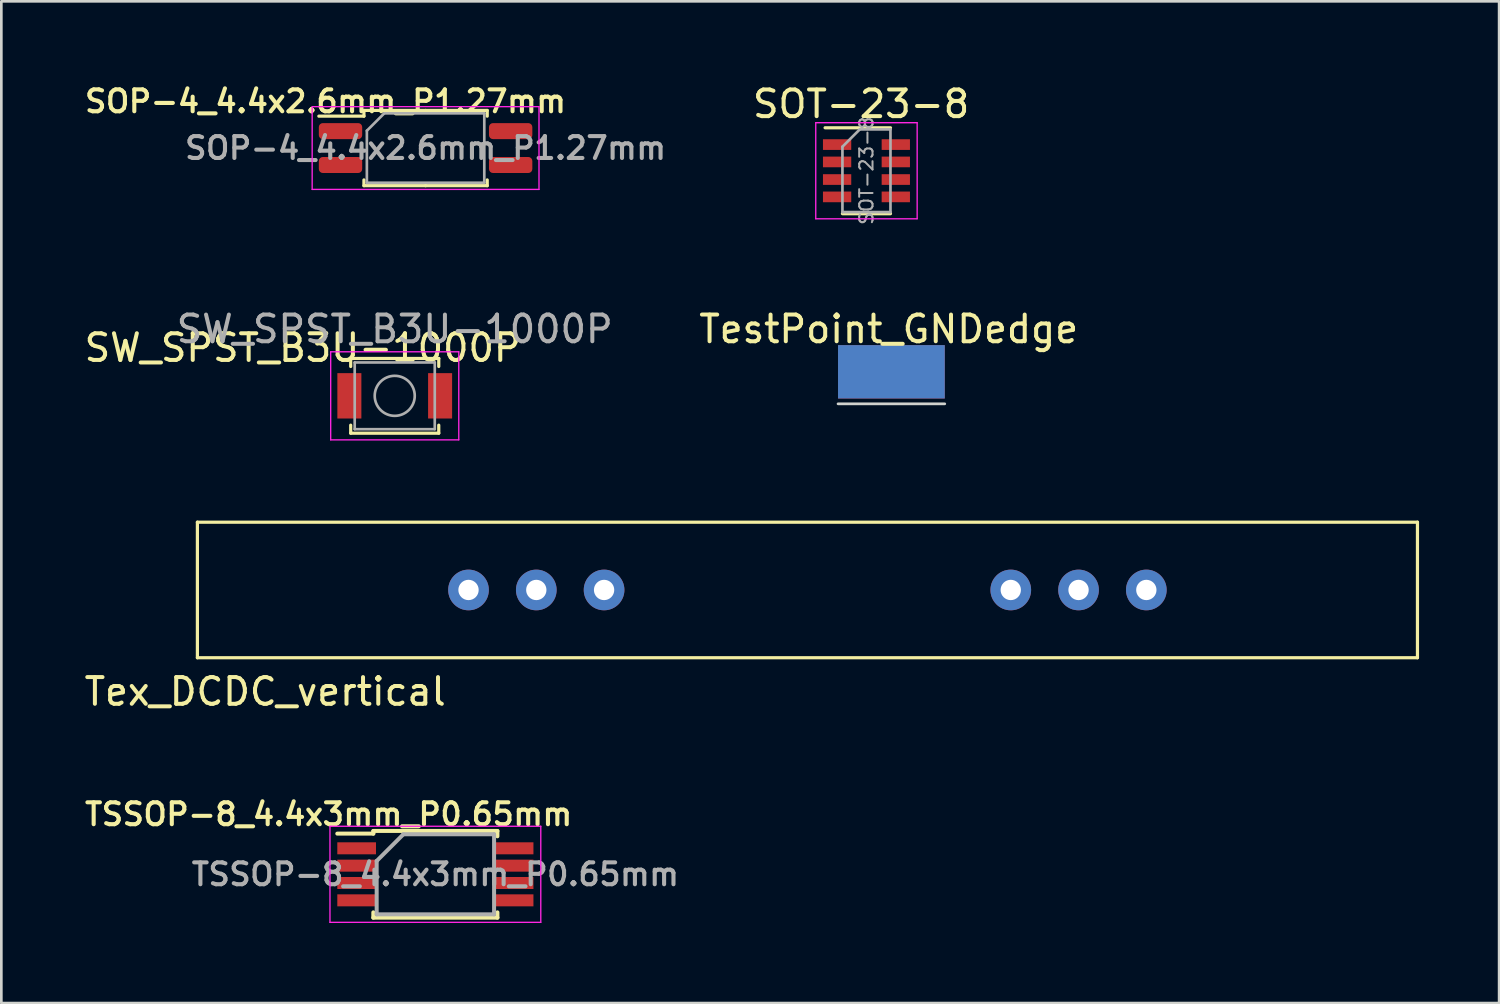
<source format=kicad_pcb>
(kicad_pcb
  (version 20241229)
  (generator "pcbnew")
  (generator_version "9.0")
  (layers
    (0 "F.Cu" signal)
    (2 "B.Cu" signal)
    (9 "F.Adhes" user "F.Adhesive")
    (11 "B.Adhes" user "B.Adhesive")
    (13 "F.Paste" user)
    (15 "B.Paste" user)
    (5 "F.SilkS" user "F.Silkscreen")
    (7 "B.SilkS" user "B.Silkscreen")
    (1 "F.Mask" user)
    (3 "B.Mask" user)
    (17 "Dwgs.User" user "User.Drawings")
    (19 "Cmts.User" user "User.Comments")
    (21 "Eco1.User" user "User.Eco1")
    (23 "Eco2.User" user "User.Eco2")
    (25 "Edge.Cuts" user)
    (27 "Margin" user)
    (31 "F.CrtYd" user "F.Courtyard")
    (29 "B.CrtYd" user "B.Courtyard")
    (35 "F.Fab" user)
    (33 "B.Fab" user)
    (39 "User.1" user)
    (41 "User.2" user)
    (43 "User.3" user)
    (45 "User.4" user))
  (footprint "SOP-4_4.4x2.6mm_P1.27mm"
    (layer "F.Cu")
    (at 12.898 2.498)
    (property "Reference" "SOP-4_4.4x2.6mm_P1.27mm" (at -3.75 -1.75 180) (layer "F.SilkS") (effects (font (size 0.82 0.82) (thickness 0.153))))
    (attr smd)
    (fp_line (start -2.31 -1.41) (end -2.31 -1.195) (stroke (width 0.12) (type solid)) (layer "F.SilkS"))
    (fp_line (start -2.31 -1.195) (end -4 -1.195) (stroke (width 0.12) (type solid)) (layer "F.SilkS"))
    (fp_line (start -2.31 1.41) (end -2.31 1.195) (stroke (width 0.12) (type solid)) (layer "F.SilkS"))
    (fp_line (start 0 -1.41) (end -2.31 -1.41) (stroke (width 0.12) (type solid)) (layer "F.SilkS"))
    (fp_line (start 0 -1.41) (end 2.31 -1.41) (stroke (width 0.12) (type solid)) (layer "F.SilkS"))
    (fp_line (start 0 1.41) (end -2.31 1.41) (stroke (width 0.12) (type solid)) (layer "F.SilkS"))
    (fp_line (start 0 1.41) (end 2.31 1.41) (stroke (width 0.12) (type solid)) (layer "F.SilkS"))
    (fp_line (start 2.31 -1.41) (end 2.31 -1.195) (stroke (width 0.12) (type solid)) (layer "F.SilkS"))
    (fp_line (start 2.31 1.41) (end 2.31 1.195) (stroke (width 0.12) (type solid)) (layer "F.SilkS"))
    (fp_line (start -4.25 -1.55) (end -4.25 1.55) (stroke (width 0.05) (type solid)) (layer "F.CrtYd"))
    (fp_line (start -4.25 1.55) (end 4.25 1.55) (stroke (width 0.05) (type solid)) (layer "F.CrtYd"))
    (fp_line (start 4.25 -1.55) (end -4.25 -1.55) (stroke (width 0.05) (type solid)) (layer "F.CrtYd"))
    (fp_line (start 4.25 1.55) (end 4.25 -1.55) (stroke (width 0.05) (type solid)) (layer "F.CrtYd"))
    (fp_line (start -2.2 -0.65) (end -1.55 -1.3) (stroke (width 0.1) (type solid)) (layer "F.Fab"))
    (fp_line (start -2.2 1.3) (end -2.2 -0.65) (stroke (width 0.1) (type solid)) (layer "F.Fab"))
    (fp_line (start -1.55 -1.3) (end 2.2 -1.3) (stroke (width 0.1) (type solid)) (layer "F.Fab"))
    (fp_line (start 2.2 -1.3) (end 2.2 1.3) (stroke (width 0.1) (type solid)) (layer "F.Fab"))
    (fp_line (start 2.2 1.3) (end -2.2 1.3) (stroke (width 0.1) (type solid)) (layer "F.Fab"))
    (fp_text user "${REFERENCE}" (at 0 0 180) (layer "F.Fab") (effects (font (size 0.82 0.82) (thickness 0.153))))
    (pad "1" smd roundrect (at -3.188 -0.635) (size 1.625 0.6) (layers "F.Cu" "F.Mask" "F.Paste") (roundrect_rratio 0.25))
    (pad "2" smd roundrect (at -3.188 0.635) (size 1.625 0.6) (layers "F.Cu" "F.Mask" "F.Paste") (roundrect_rratio 0.25))
    (pad "3" smd roundrect (at 3.188 0.635) (size 1.625 0.6) (layers "F.Cu" "F.Mask" "F.Paste") (roundrect_rratio 0.25))
    (pad "4" smd roundrect (at 3.188 -0.635) (size 1.625 0.6) (layers "F.Cu" "F.Mask" "F.Paste") (roundrect_rratio 0.25)))
  (footprint "TestPoint_GNDedge"
    (layer "F.Cu")
    (at 30.354 10.983)
    (property "Reference" "TestPoint_GNDedge" (at -0.1 -1.7 0) (layer "F.SilkS") (effects (font (size 1 1) (thickness 0.15))))
    (attr exclude_from_pos_files exclude_from_bom)
    (fp_line (start -2 1.1) (end 2 1.1) (stroke (width 0.1) (type solid)) (layer "Edge.Cuts"))
    (pad "1" connect rect (at 0 -0.1) (size 4 2) (layers "F.Cu" "F.Mask"))
    (pad "1" connect rect (at 0 -0.1) (size 4 2) (layers "B.Cu" "B.Mask")))
  (footprint "SW_SPST_B3U-1000P"
    (layer "F.Cu")
    (at 11.742 11.783)
    (property "Reference" "SW_SPST_B3U-1000P" (at -3.45 -1.8 0) (layer "F.SilkS") (effects (font (size 1 1) (thickness 0.15))))
    (attr smd)
    (fp_line (start -1.65 -1.4) (end 1.65 -1.4) (stroke (width 0.12) (type solid)) (layer "F.SilkS"))
    (fp_line (start -1.65 -1.1) (end -1.65 -1.4) (stroke (width 0.12) (type solid)) (layer "F.SilkS"))
    (fp_line (start -1.65 1.1) (end -1.65 1.4) (stroke (width 0.12) (type solid)) (layer "F.SilkS"))
    (fp_line (start -1.65 1.4) (end 1.65 1.4) (stroke (width 0.12) (type solid)) (layer "F.SilkS"))
    (fp_line (start 1.65 -1.4) (end 1.65 -1.1) (stroke (width 0.12) (type solid)) (layer "F.SilkS"))
    (fp_line (start 1.65 1.4) (end 1.65 1.1) (stroke (width 0.12) (type solid)) (layer "F.SilkS"))
    (fp_line (start -2.4 -1.65) (end -2.4 1.65) (stroke (width 0.05) (type solid)) (layer "F.CrtYd"))
    (fp_line (start -2.4 1.65) (end 2.4 1.65) (stroke (width 0.05) (type solid)) (layer "F.CrtYd"))
    (fp_line (start 2.4 -1.65) (end -2.4 -1.65) (stroke (width 0.05) (type solid)) (layer "F.CrtYd"))
    (fp_line (start 2.4 1.65) (end 2.4 -1.65) (stroke (width 0.05) (type solid)) (layer "F.CrtYd"))
    (fp_line (start -1.5 -1.25) (end 1.5 -1.25) (stroke (width 0.1) (type solid)) (layer "F.Fab"))
    (fp_line (start -1.5 1.25) (end -1.5 -1.25) (stroke (width 0.1) (type solid)) (layer "F.Fab"))
    (fp_line (start 1.5 -1.25) (end 1.5 1.25) (stroke (width 0.1) (type solid)) (layer "F.Fab"))
    (fp_line (start 1.5 1.25) (end -1.5 1.25) (stroke (width 0.1) (type solid)) (layer "F.Fab"))
    (fp_circle (center 0 0) (end 0.75 0) (stroke (width 0.1) (type solid)) (fill no) (layer "F.Fab"))
    (fp_text user "${REFERENCE}" (at 0 -2.5 0) (layer "F.Fab") (effects (font (size 1 1) (thickness 0.15))))
    (pad "1" smd rect (at -1.7 0) (size 0.9 1.7) (layers "F.Cu" "F.Mask" "F.Paste"))
    (pad "2" smd rect (at 1.7 0) (size 0.9 1.7) (layers "F.Cu" "F.Mask" "F.Paste")))
  (footprint "Tex_DCDC_vertical"
    (layer "F.Cu")
    (at 27.207 19.058)
    (property "Reference" "Tex_DCDC_vertical" (at -20.32 3.81 0) (layer "F.SilkS") (effects (font (size 1 1) (thickness 0.15))))
    (attr through_hole)
    (fp_line (start -22.86 -2.54) (end -22.86 2.54) (stroke (width 0.12) (type solid)) (layer "F.SilkS"))
    (fp_line (start -22.86 2.54) (end 22.86 2.54) (stroke (width 0.12) (type solid)) (layer "F.SilkS"))
    (fp_line (start 22.86 -2.54) (end -22.86 -2.54) (stroke (width 0.12) (type solid)) (layer "F.SilkS"))
    (fp_line (start 22.86 2.54) (end 22.86 -2.54) (stroke (width 0.12) (type solid)) (layer "F.SilkS"))
    (pad "1" thru_hole circle (at -12.7 0) (size 1.524 1.524) (drill 0.762) (layers "*.Cu" "*.Mask"))
    (pad "2" thru_hole circle (at -10.16 0) (size 1.524 1.524) (drill 0.762) (layers "*.Cu" "*.Mask"))
    (pad "3" thru_hole circle (at -7.62 0) (size 1.524 1.524) (drill 0.762) (layers "*.Cu" "*.Mask"))
    (pad "4" thru_hole circle (at 7.62 0) (size 1.524 1.524) (drill 0.762) (layers "*.Cu" "*.Mask"))
    (pad "5" thru_hole circle (at 10.16 0) (size 1.524 1.524) (drill 0.762) (layers "*.Cu" "*.Mask"))
    (pad "6" thru_hole circle (at 12.7 0) (size 1.524 1.524) (drill 0.762) (layers "*.Cu" "*.Mask")))
  (footprint "SOT-23-8"
    (layer "F.Cu")
    (at 29.419 3.348)
    (property "Reference" "SOT-23-8" (at -0.2 -2.5 0) (layer "F.SilkS") (effects (font (size 1 1) (thickness 0.15))))
    (attr smd)
    (fp_line (start -0.9 1.61) (end 0.9 1.61) (stroke (width 0.12) (type solid)) (layer "F.SilkS"))
    (fp_line (start 0.9 -1.61) (end -1.55 -1.61) (stroke (width 0.12) (type solid)) (layer "F.SilkS"))
    (fp_line (start -1.9 -1.8) (end -1.9 1.8) (stroke (width 0.05) (type solid)) (layer "F.CrtYd"))
    (fp_line (start -1.9 1.8) (end 1.9 1.8) (stroke (width 0.05) (type solid)) (layer "F.CrtYd"))
    (fp_line (start 1.9 -1.8) (end -1.9 -1.8) (stroke (width 0.05) (type solid)) (layer "F.CrtYd"))
    (fp_line (start 1.9 1.8) (end 1.9 -1.8) (stroke (width 0.05) (type solid)) (layer "F.CrtYd"))
    (fp_line (start -0.9 -0.9) (end -0.9 1.55) (stroke (width 0.1) (type solid)) (layer "F.Fab"))
    (fp_line (start -0.9 -0.9) (end -0.25 -1.55) (stroke (width 0.1) (type solid)) (layer "F.Fab"))
    (fp_line (start 0.9 -1.55) (end -0.25 -1.55) (stroke (width 0.1) (type solid)) (layer "F.Fab"))
    (fp_line (start 0.9 -1.55) (end 0.9 1.55) (stroke (width 0.1) (type solid)) (layer "F.Fab"))
    (fp_line (start 0.9 1.55) (end -0.9 1.55) (stroke (width 0.1) (type solid)) (layer "F.Fab"))
    (fp_text user "${REFERENCE}" (at 0 0 90) (layer "F.Fab") (effects (font (size 0.5 0.5) (thickness 0.075))))
    (pad "1" smd rect (at -1.1 -0.98) (size 1.06 0.4) (layers "F.Cu" "F.Mask" "F.Paste"))
    (pad "2" smd rect (at -1.1 -0.33) (size 1.06 0.4) (layers "F.Cu" "F.Mask" "F.Paste"))
    (pad "3" smd rect (at -1.1 0.33) (size 1.06 0.4) (layers "F.Cu" "F.Mask" "F.Paste"))
    (pad "4" smd rect (at -1.1 0.98) (size 1.06 0.4) (layers "F.Cu" "F.Mask" "F.Paste"))
    (pad "5" smd rect (at 1.1 0.98) (size 1.06 0.4) (layers "F.Cu" "F.Mask" "F.Paste"))
    (pad "6" smd rect (at 1.1 0.33) (size 1.06 0.4) (layers "F.Cu" "F.Mask" "F.Paste"))
    (pad "7" smd rect (at 1.1 -0.33) (size 1.06 0.4) (layers "F.Cu" "F.Mask" "F.Paste"))
    (pad "8" smd rect (at 1.1 -0.98) (size 1.06 0.4) (layers "F.Cu" "F.Mask" "F.Paste")))
  (footprint "TSSOP-8_4.4x3mm_P0.65mm"
    (layer "F.Cu")
    (at 13.265 29.714)
    (property "Reference" "TSSOP-8_4.4x3mm_P0.65mm" (at -4 -2.25 180) (layer "F.SilkS") (effects (font (size 0.82 0.82) (thickness 0.153))))
    (attr smd)
    (fp_line (start -2.325 -1.625) (end -2.325 -1.525) (stroke (width 0.15) (type solid)) (layer "F.SilkS"))
    (fp_line (start -2.325 -1.625) (end 2.325 -1.625) (stroke (width 0.15) (type solid)) (layer "F.SilkS"))
    (fp_line (start -2.325 -1.525) (end -3.675 -1.525) (stroke (width 0.15) (type solid)) (layer "F.SilkS"))
    (fp_line (start -2.325 1.625) (end -2.325 1.425) (stroke (width 0.15) (type solid)) (layer "F.SilkS"))
    (fp_line (start -2.325 1.625) (end 2.325 1.625) (stroke (width 0.15) (type solid)) (layer "F.SilkS"))
    (fp_line (start 2.325 -1.625) (end 2.325 -1.425) (stroke (width 0.15) (type solid)) (layer "F.SilkS"))
    (fp_line (start 2.325 1.625) (end 2.325 1.425) (stroke (width 0.15) (type solid)) (layer "F.SilkS"))
    (fp_line (start -3.95 -1.8) (end -3.95 1.8) (stroke (width 0.05) (type solid)) (layer "F.CrtYd"))
    (fp_line (start -3.95 -1.8) (end 3.95 -1.8) (stroke (width 0.05) (type solid)) (layer "F.CrtYd"))
    (fp_line (start -3.95 1.8) (end 3.95 1.8) (stroke (width 0.05) (type solid)) (layer "F.CrtYd"))
    (fp_line (start 3.95 -1.8) (end 3.95 1.8) (stroke (width 0.05) (type solid)) (layer "F.CrtYd"))
    (fp_line (start -2.2 -0.5) (end -1.2 -1.5) (stroke (width 0.15) (type solid)) (layer "F.Fab"))
    (fp_line (start -2.2 1.5) (end -2.2 -0.5) (stroke (width 0.15) (type solid)) (layer "F.Fab"))
    (fp_line (start -1.2 -1.5) (end 2.2 -1.5) (stroke (width 0.15) (type solid)) (layer "F.Fab"))
    (fp_line (start 2.2 -1.5) (end 2.2 1.5) (stroke (width 0.15) (type solid)) (layer "F.Fab"))
    (fp_line (start 2.2 1.5) (end -2.2 1.5) (stroke (width 0.15) (type solid)) (layer "F.Fab"))
    (fp_text user "${REFERENCE}" (at 0 0 180) (layer "F.Fab") (effects (font (size 0.82 0.82) (thickness 0.153))))
    (pad "1" smd rect (at -2.95 -0.975) (size 1.45 0.45) (layers "F.Cu" "F.Mask" "F.Paste"))
    (pad "2" smd rect (at -2.95 -0.325) (size 1.45 0.45) (layers "F.Cu" "F.Mask" "F.Paste"))
    (pad "3" smd rect (at -2.95 0.325) (size 1.45 0.45) (layers "F.Cu" "F.Mask" "F.Paste"))
    (pad "4" smd rect (at -2.95 0.975) (size 1.45 0.45) (layers "F.Cu" "F.Mask" "F.Paste"))
    (pad "5" smd rect (at 2.95 0.975) (size 1.45 0.45) (layers "F.Cu" "F.Mask" "F.Paste"))
    (pad "6" smd rect (at 2.95 0.325) (size 1.45 0.45) (layers "F.Cu" "F.Mask" "F.Paste"))
    (pad "7" smd rect (at 2.95 -0.325) (size 1.45 0.45) (layers "F.Cu" "F.Mask" "F.Paste"))
    (pad "8" smd rect (at 2.95 -0.975) (size 1.45 0.45) (layers "F.Cu" "F.Mask" "F.Paste")))
  (gr_rect
    (start -3 -3)
    (end 53.127 34.539)
    (stroke (width 0.1) (type default))
    (fill no)
    (layer "Edge.Cuts")))
</source>
